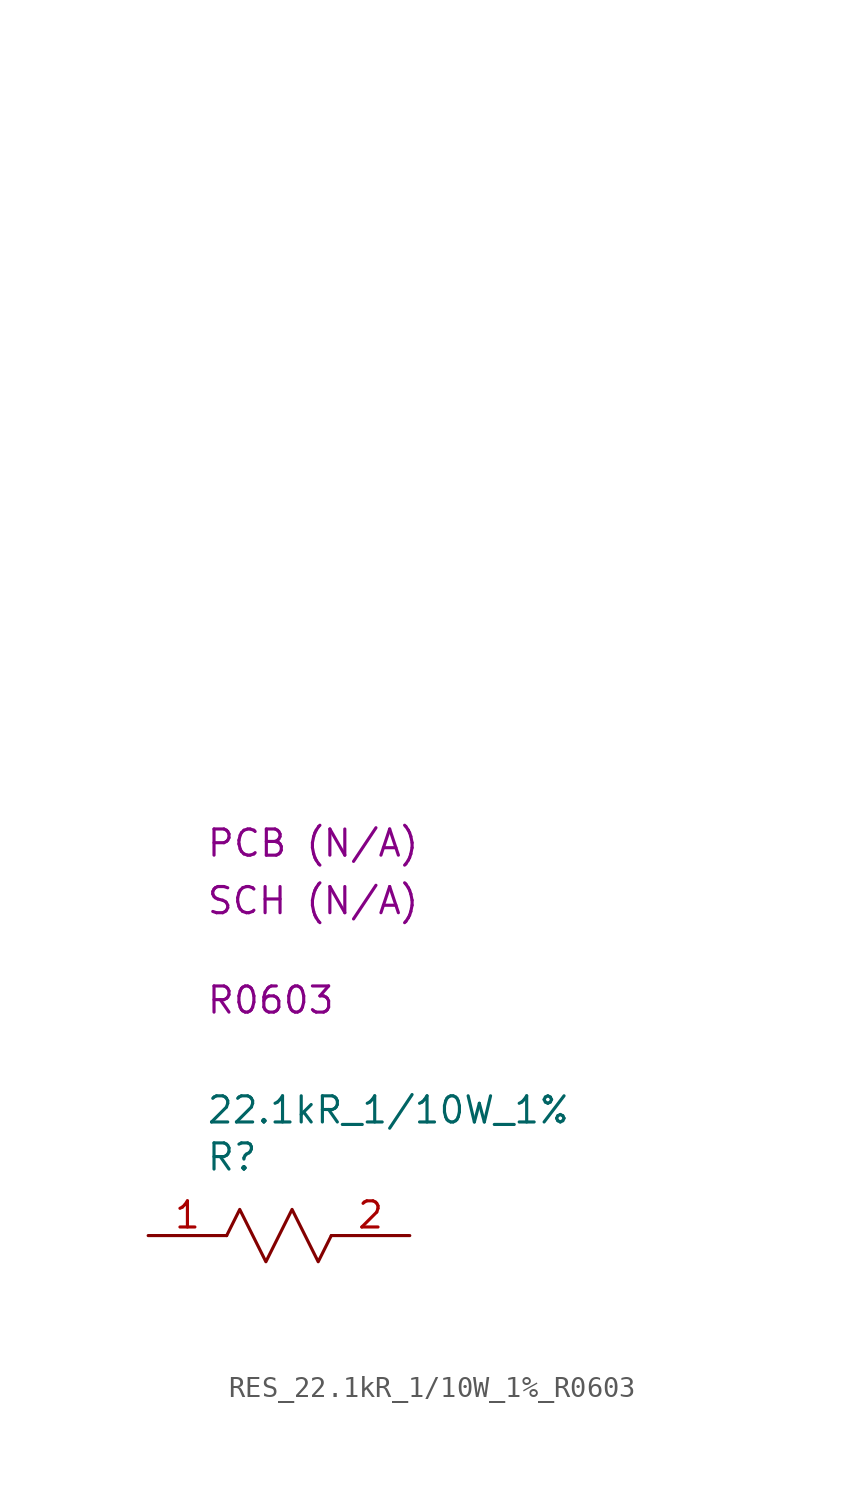
<source format=kicad_sym>
(kicad_symbol_lib
  (version 20231120)
  (generator "kicad_symbol_editor")
  (generator_version "8.0")
  (symbol "RES_22.1kR_1/10W_1%_R0603"
    (property "Reference" "R"
      (at 2.794 3.81 0)
      (effects (font (size 1.27 1.27)) (justify left)))
    (property "Value" "22.1kR_1/10W_1%"
      (at 2.794 6.096 0)
      (effects (font (size 1.27 1.27)) (justify left)))
    (property "Package" "R0603"
      (at 2.794 11.43 0)
      (effects (font (size 1.27 1.27)) (justify left)))
    (property "SCH CHECK" "SCH (N/A)"
      (at 2.794 16.256 0)
      (effects (font (size 1.27 1.27)) (justify left)))
    (property "PCB CHECk" "PCB (N/A)"
      (at 2.794 19.05 0)
      (effects (font (size 1.27 1.27)) (justify left)))
    (symbol "RES_22.1kR_1/10W_1%_R0603_0_1"
      (polyline private (pts (xy 2.54 2.54) (xy 27.94 2.54)) (stroke (width 0) (type default)) (fill (type none)))
      (polyline private (pts (xy 2.54 5.08) (xy 27.94 5.08)) (stroke (width 0) (type default)) (fill (type none)))
      (polyline private (pts (xy 2.54 7.62) (xy 27.94 7.62)) (stroke (width 0) (type default)) (fill (type none)))
      (polyline private (pts (xy 2.54 10.16) (xy 27.94 10.16)) (stroke (width 0) (type default)) (fill (type none)))
      (polyline private (pts (xy 2.54 12.7) (xy 27.94 12.7)) (stroke (width 0) (type default)) (fill (type none)))
      (polyline private (pts (xy 2.54 15.24) (xy 27.94 15.24)) (stroke (width 0) (type default)) (fill (type none)))
      (polyline private (pts (xy 2.54 17.78) (xy 27.94 17.78)) (stroke (width 0) (type default)) (fill (type none)))
      (polyline private (pts (xy 2.54 20.32) (xy 27.94 20.32)) (stroke (width 0) (type default)) (fill (type none)))
      (polyline private (pts (xy 2.54 22.86) (xy 27.94 22.86)) (stroke (width 0) (type default)) (fill (type none)))
      (polyline private (pts (xy 2.54 25.4) (xy 27.94 25.4)) (stroke (width 0) (type default)) (fill (type none)))
      (polyline private (pts (xy 2.54 27.94) (xy 27.94 27.94)) (stroke (width 0) (type default)) (fill (type none)))
      (polyline private (pts (xy 2.54 30.48) (xy 27.94 30.48)) (stroke (width 0) (type default)) (fill (type none)))
      (polyline private (pts (xy 2.54 33.02) (xy 27.94 33.02)) (stroke (width 0) (type default)) (fill (type none)))
      (polyline private (pts (xy 2.54 35.56) (xy 27.94 35.56)) (stroke (width 0) (type default)) (fill (type none)))
      (polyline private (pts (xy 2.54 38.1) (xy 27.94 38.1)) (stroke (width 0) (type default)) (fill (type none)))
      (polyline private (pts (xy 2.54 40.64) (xy 27.94 40.64)) (stroke (width 0) (type default)) (fill (type none)))
      (polyline private (pts (xy 2.54 43.18) (xy 27.94 43.18)) (stroke (width 0) (type default)) (fill (type none)))
      (polyline private (pts (xy 2.54 45.72) (xy 27.94 45.72)) (stroke (width 0) (type default)) (fill (type none)))
      (polyline private (pts (xy 2.54 48.26) (xy 27.94 48.26)) (stroke (width 0) (type default)) (fill (type none)))
      (polyline private (pts (xy 2.54 50.8) (xy 27.94 50.8)) (stroke (width 0) (type default)) (fill (type none)))
      (polyline (pts (xy 3.81 0) (xy 4.445 1.27) (xy 5.715 -1.27) (xy 6.985 1.27) (xy 8.255 -1.27) (xy 8.89 0)) (stroke (width 0) (type default)) (fill (type none))))
    (symbol "RES_22.1kR_1/10W_1%_R0603_1_1"
      (pin passive line (at 0 0 0) (length 3.81) (name "" (effects (font (size 1.27 1.27)))) (number "1" (effects (font (size 1.27 1.27)))))
      (pin passive line (at 12.7 0 180) (length 3.81) (name "" (effects (font (size 1.27 1.27)))) (number "2" (effects (font (size 1.27 1.27))))))))
</source>
